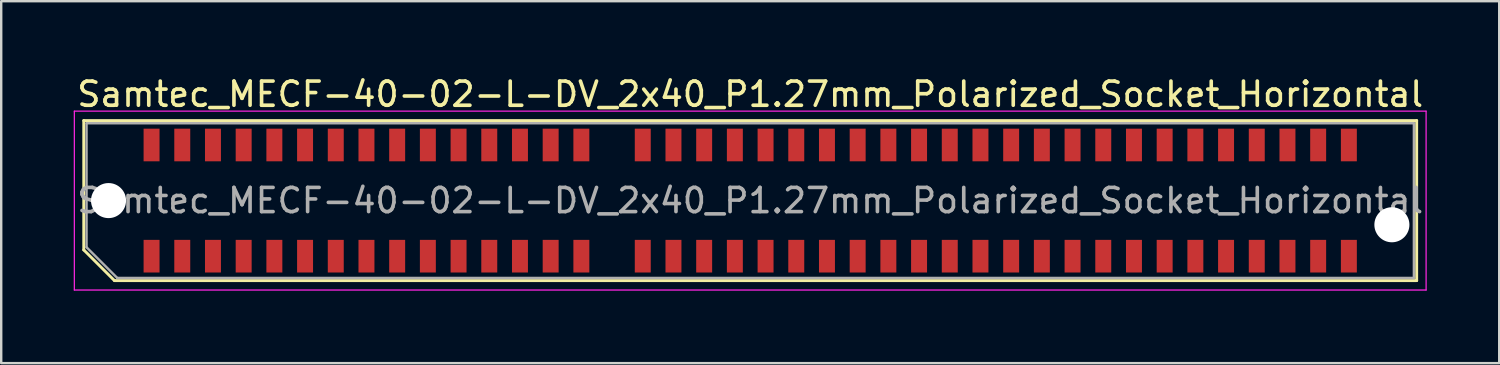
<source format=kicad_pcb>
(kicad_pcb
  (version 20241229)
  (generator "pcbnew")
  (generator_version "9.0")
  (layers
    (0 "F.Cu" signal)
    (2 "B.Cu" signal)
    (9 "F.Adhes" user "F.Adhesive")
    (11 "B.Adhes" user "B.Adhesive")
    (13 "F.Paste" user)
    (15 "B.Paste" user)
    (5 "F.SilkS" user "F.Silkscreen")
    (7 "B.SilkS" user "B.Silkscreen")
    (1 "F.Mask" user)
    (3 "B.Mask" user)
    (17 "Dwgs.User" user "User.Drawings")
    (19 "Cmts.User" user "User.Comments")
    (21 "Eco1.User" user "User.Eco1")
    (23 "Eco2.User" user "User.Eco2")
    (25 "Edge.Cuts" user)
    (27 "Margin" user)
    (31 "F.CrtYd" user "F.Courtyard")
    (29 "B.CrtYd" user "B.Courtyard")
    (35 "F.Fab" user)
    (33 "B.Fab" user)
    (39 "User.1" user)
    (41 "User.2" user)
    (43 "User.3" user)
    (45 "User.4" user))
  (footprint "Samtec_MECF-40-02-L-DV_2x40_P1.27mm_Polarized_Socket_Horizontal"
    (layer "F.Cu")
    (at 27.985 5.248)
    (property "Reference" "Samtec_MECF-40-02-L-DV_2x40_P1.27mm_Polarized_Socket_Horizontal" (at 0 -4.4 0) (layer "F.SilkS") (effects (font (size 1 1) (thickness 0.15))))
    (attr smd)
    (fp_line (start -27.57 -3.31) (end 27.57 -3.31) (stroke (width 0.12) (type solid)) (layer "F.SilkS"))
    (fp_line (start -27.57 2.04) (end -27.57 -3.31) (stroke (width 0.12) (type solid)) (layer "F.SilkS"))
    (fp_line (start -26.3 3.31) (end -27.57 2.04) (stroke (width 0.12) (type solid)) (layer "F.SilkS"))
    (fp_line (start -26.3 3.31) (end 27.57 3.31) (stroke (width 0.12) (type solid)) (layer "F.SilkS"))
    (fp_line (start 27.57 3.31) (end 27.57 -3.31) (stroke (width 0.12) (type solid)) (layer "F.SilkS"))
    (fp_line (start -27.96 -3.7) (end -27.96 3.7) (stroke (width 0.05) (type solid)) (layer "F.CrtYd"))
    (fp_line (start -27.96 3.7) (end 27.96 3.7) (stroke (width 0.05) (type solid)) (layer "F.CrtYd"))
    (fp_line (start 27.96 -3.7) (end -27.96 -3.7) (stroke (width 0.05) (type solid)) (layer "F.CrtYd"))
    (fp_line (start 27.96 3.7) (end 27.96 -3.7) (stroke (width 0.05) (type solid)) (layer "F.CrtYd"))
    (fp_line (start -27.455 -3.2) (end 27.455 -3.2) (stroke (width 0.1) (type solid)) (layer "F.Fab"))
    (fp_line (start -27.455 1.93) (end -27.455 -3.2) (stroke (width 0.1) (type solid)) (layer "F.Fab"))
    (fp_line (start -27.455 1.93) (end -26.185 3.2) (stroke (width 0.1) (type solid)) (layer "F.Fab"))
    (fp_line (start -26.185 3.2) (end 27.455 3.2) (stroke (width 0.1) (type solid)) (layer "F.Fab"))
    (fp_line (start 27.455 3.2) (end 27.455 -3.2) (stroke (width 0.1) (type solid)) (layer "F.Fab"))
    (fp_text user "${REFERENCE}" (at 0 0 0) (layer "F.Fab") (effects (font (size 1 1) (thickness 0.15))))
    (pad "" np_thru_hole circle (at -26.545 0) (size 1.45 1.45) (drill 1.45) (layers "*.Cu" "*.Mask"))
    (pad "" np_thru_hole circle (at 26.545 1) (size 1.45 1.45) (drill 1.45) (layers "*.Cu" "*.Mask"))
    (pad "1" smd rect (at -24.765 2.3) (size 0.66 1.35) (layers "F.Cu" "F.Mask" "F.Paste"))
    (pad "2" smd rect (at -24.765 -2.3) (size 0.66 1.35) (layers "F.Cu" "F.Mask" "F.Paste"))
    (pad "3" smd rect (at -23.495 2.3) (size 0.66 1.35) (layers "F.Cu" "F.Mask" "F.Paste"))
    (pad "4" smd rect (at -23.495 -2.3) (size 0.66 1.35) (layers "F.Cu" "F.Mask" "F.Paste"))
    (pad "5" smd rect (at -22.225 2.3) (size 0.66 1.35) (layers "F.Cu" "F.Mask" "F.Paste"))
    (pad "6" smd rect (at -22.225 -2.3) (size 0.66 1.35) (layers "F.Cu" "F.Mask" "F.Paste"))
    (pad "7" smd rect (at -20.955 2.3) (size 0.66 1.35) (layers "F.Cu" "F.Mask" "F.Paste"))
    (pad "8" smd rect (at -20.955 -2.3) (size 0.66 1.35) (layers "F.Cu" "F.Mask" "F.Paste"))
    (pad "9" smd rect (at -19.685 2.3) (size 0.66 1.35) (layers "F.Cu" "F.Mask" "F.Paste"))
    (pad "10" smd rect (at -19.685 -2.3) (size 0.66 1.35) (layers "F.Cu" "F.Mask" "F.Paste"))
    (pad "11" smd rect (at -18.415 2.3) (size 0.66 1.35) (layers "F.Cu" "F.Mask" "F.Paste"))
    (pad "12" smd rect (at -18.415 -2.3) (size 0.66 1.35) (layers "F.Cu" "F.Mask" "F.Paste"))
    (pad "13" smd rect (at -17.145 2.3) (size 0.66 1.35) (layers "F.Cu" "F.Mask" "F.Paste"))
    (pad "14" smd rect (at -17.145 -2.3) (size 0.66 1.35) (layers "F.Cu" "F.Mask" "F.Paste"))
    (pad "15" smd rect (at -15.875 2.3) (size 0.66 1.35) (layers "F.Cu" "F.Mask" "F.Paste"))
    (pad "16" smd rect (at -15.875 -2.3) (size 0.66 1.35) (layers "F.Cu" "F.Mask" "F.Paste"))
    (pad "17" smd rect (at -14.605 2.3) (size 0.66 1.35) (layers "F.Cu" "F.Mask" "F.Paste"))
    (pad "18" smd rect (at -14.605 -2.3) (size 0.66 1.35) (layers "F.Cu" "F.Mask" "F.Paste"))
    (pad "19" smd rect (at -13.335 2.3) (size 0.66 1.35) (layers "F.Cu" "F.Mask" "F.Paste"))
    (pad "20" smd rect (at -13.335 -2.3) (size 0.66 1.35) (layers "F.Cu" "F.Mask" "F.Paste"))
    (pad "21" smd rect (at -12.065 2.3) (size 0.66 1.35) (layers "F.Cu" "F.Mask" "F.Paste"))
    (pad "22" smd rect (at -12.065 -2.3) (size 0.66 1.35) (layers "F.Cu" "F.Mask" "F.Paste"))
    (pad "23" smd rect (at -10.795 2.3) (size 0.66 1.35) (layers "F.Cu" "F.Mask" "F.Paste"))
    (pad "24" smd rect (at -10.795 -2.3) (size 0.66 1.35) (layers "F.Cu" "F.Mask" "F.Paste"))
    (pad "25" smd rect (at -9.525 2.3) (size 0.66 1.35) (layers "F.Cu" "F.Mask" "F.Paste"))
    (pad "26" smd rect (at -9.525 -2.3) (size 0.66 1.35) (layers "F.Cu" "F.Mask" "F.Paste"))
    (pad "27" smd rect (at -8.255 2.3) (size 0.66 1.35) (layers "F.Cu" "F.Mask" "F.Paste"))
    (pad "28" smd rect (at -8.255 -2.3) (size 0.66 1.35) (layers "F.Cu" "F.Mask" "F.Paste"))
    (pad "29" smd rect (at -6.985 2.3) (size 0.66 1.35) (layers "F.Cu" "F.Mask" "F.Paste"))
    (pad "30" smd rect (at -6.985 -2.3) (size 0.66 1.35) (layers "F.Cu" "F.Mask" "F.Paste"))
    (pad "33" smd rect (at -4.445 2.3) (size 0.66 1.35) (layers "F.Cu" "F.Mask" "F.Paste"))
    (pad "34" smd rect (at -4.445 -2.3) (size 0.66 1.35) (layers "F.Cu" "F.Mask" "F.Paste"))
    (pad "35" smd rect (at -3.175 2.3) (size 0.66 1.35) (layers "F.Cu" "F.Mask" "F.Paste"))
    (pad "36" smd rect (at -3.175 -2.3) (size 0.66 1.35) (layers "F.Cu" "F.Mask" "F.Paste"))
    (pad "37" smd rect (at -1.905 2.3) (size 0.66 1.35) (layers "F.Cu" "F.Mask" "F.Paste"))
    (pad "38" smd rect (at -1.905 -2.3) (size 0.66 1.35) (layers "F.Cu" "F.Mask" "F.Paste"))
    (pad "39" smd rect (at -0.635 2.3) (size 0.66 1.35) (layers "F.Cu" "F.Mask" "F.Paste"))
    (pad "40" smd rect (at -0.635 -2.3) (size 0.66 1.35) (layers "F.Cu" "F.Mask" "F.Paste"))
    (pad "41" smd rect (at 0.635 2.3) (size 0.66 1.35) (layers "F.Cu" "F.Mask" "F.Paste"))
    (pad "42" smd rect (at 0.635 -2.3) (size 0.66 1.35) (layers "F.Cu" "F.Mask" "F.Paste"))
    (pad "43" smd rect (at 1.905 2.3) (size 0.66 1.35) (layers "F.Cu" "F.Mask" "F.Paste"))
    (pad "44" smd rect (at 1.905 -2.3) (size 0.66 1.35) (layers "F.Cu" "F.Mask" "F.Paste"))
    (pad "45" smd rect (at 3.175 2.3) (size 0.66 1.35) (layers "F.Cu" "F.Mask" "F.Paste"))
    (pad "46" smd rect (at 3.175 -2.3) (size 0.66 1.35) (layers "F.Cu" "F.Mask" "F.Paste"))
    (pad "47" smd rect (at 4.445 2.3) (size 0.66 1.35) (layers "F.Cu" "F.Mask" "F.Paste"))
    (pad "48" smd rect (at 4.445 -2.3) (size 0.66 1.35) (layers "F.Cu" "F.Mask" "F.Paste"))
    (pad "49" smd rect (at 5.715 2.3) (size 0.66 1.35) (layers "F.Cu" "F.Mask" "F.Paste"))
    (pad "50" smd rect (at 5.715 -2.3) (size 0.66 1.35) (layers "F.Cu" "F.Mask" "F.Paste"))
    (pad "51" smd rect (at 6.985 2.3) (size 0.66 1.35) (layers "F.Cu" "F.Mask" "F.Paste"))
    (pad "52" smd rect (at 6.985 -2.3) (size 0.66 1.35) (layers "F.Cu" "F.Mask" "F.Paste"))
    (pad "53" smd rect (at 8.255 2.3) (size 0.66 1.35) (layers "F.Cu" "F.Mask" "F.Paste"))
    (pad "54" smd rect (at 8.255 -2.3) (size 0.66 1.35) (layers "F.Cu" "F.Mask" "F.Paste"))
    (pad "55" smd rect (at 9.525 2.3) (size 0.66 1.35) (layers "F.Cu" "F.Mask" "F.Paste"))
    (pad "56" smd rect (at 9.525 -2.3) (size 0.66 1.35) (layers "F.Cu" "F.Mask" "F.Paste"))
    (pad "57" smd rect (at 10.795 2.3) (size 0.66 1.35) (layers "F.Cu" "F.Mask" "F.Paste"))
    (pad "58" smd rect (at 10.795 -2.3) (size 0.66 1.35) (layers "F.Cu" "F.Mask" "F.Paste"))
    (pad "59" smd rect (at 12.065 2.3) (size 0.66 1.35) (layers "F.Cu" "F.Mask" "F.Paste"))
    (pad "60" smd rect (at 12.065 -2.3) (size 0.66 1.35) (layers "F.Cu" "F.Mask" "F.Paste"))
    (pad "61" smd rect (at 13.335 2.3) (size 0.66 1.35) (layers "F.Cu" "F.Mask" "F.Paste"))
    (pad "62" smd rect (at 13.335 -2.3) (size 0.66 1.35) (layers "F.Cu" "F.Mask" "F.Paste"))
    (pad "63" smd rect (at 14.605 2.3) (size 0.66 1.35) (layers "F.Cu" "F.Mask" "F.Paste"))
    (pad "64" smd rect (at 14.605 -2.3) (size 0.66 1.35) (layers "F.Cu" "F.Mask" "F.Paste"))
    (pad "65" smd rect (at 15.875 2.3) (size 0.66 1.35) (layers "F.Cu" "F.Mask" "F.Paste"))
    (pad "66" smd rect (at 15.875 -2.3) (size 0.66 1.35) (layers "F.Cu" "F.Mask" "F.Paste"))
    (pad "67" smd rect (at 17.145 2.3) (size 0.66 1.35) (layers "F.Cu" "F.Mask" "F.Paste"))
    (pad "68" smd rect (at 17.145 -2.3) (size 0.66 1.35) (layers "F.Cu" "F.Mask" "F.Paste"))
    (pad "69" smd rect (at 18.415 2.3) (size 0.66 1.35) (layers "F.Cu" "F.Mask" "F.Paste"))
    (pad "70" smd rect (at 18.415 -2.3) (size 0.66 1.35) (layers "F.Cu" "F.Mask" "F.Paste"))
    (pad "71" smd rect (at 19.685 2.3) (size 0.66 1.35) (layers "F.Cu" "F.Mask" "F.Paste"))
    (pad "72" smd rect (at 19.685 -2.3) (size 0.66 1.35) (layers "F.Cu" "F.Mask" "F.Paste"))
    (pad "73" smd rect (at 20.955 2.3) (size 0.66 1.35) (layers "F.Cu" "F.Mask" "F.Paste"))
    (pad "74" smd rect (at 20.955 -2.3) (size 0.66 1.35) (layers "F.Cu" "F.Mask" "F.Paste"))
    (pad "75" smd rect (at 22.225 2.3) (size 0.66 1.35) (layers "F.Cu" "F.Mask" "F.Paste"))
    (pad "76" smd rect (at 22.225 -2.3) (size 0.66 1.35) (layers "F.Cu" "F.Mask" "F.Paste"))
    (pad "77" smd rect (at 23.495 2.3) (size 0.66 1.35) (layers "F.Cu" "F.Mask" "F.Paste"))
    (pad "78" smd rect (at 23.495 -2.3) (size 0.66 1.35) (layers "F.Cu" "F.Mask" "F.Paste"))
    (pad "79" smd rect (at 24.765 2.3) (size 0.66 1.35) (layers "F.Cu" "F.Mask" "F.Paste"))
    (pad "80" smd rect (at 24.765 -2.3) (size 0.66 1.35) (layers "F.Cu" "F.Mask" "F.Paste")))
  (gr_rect
    (start -3 -3)
    (end 58.97 11.973)
    (stroke (width 0.1) (type default))
    (fill no)
    (layer "Edge.Cuts")))
</source>
